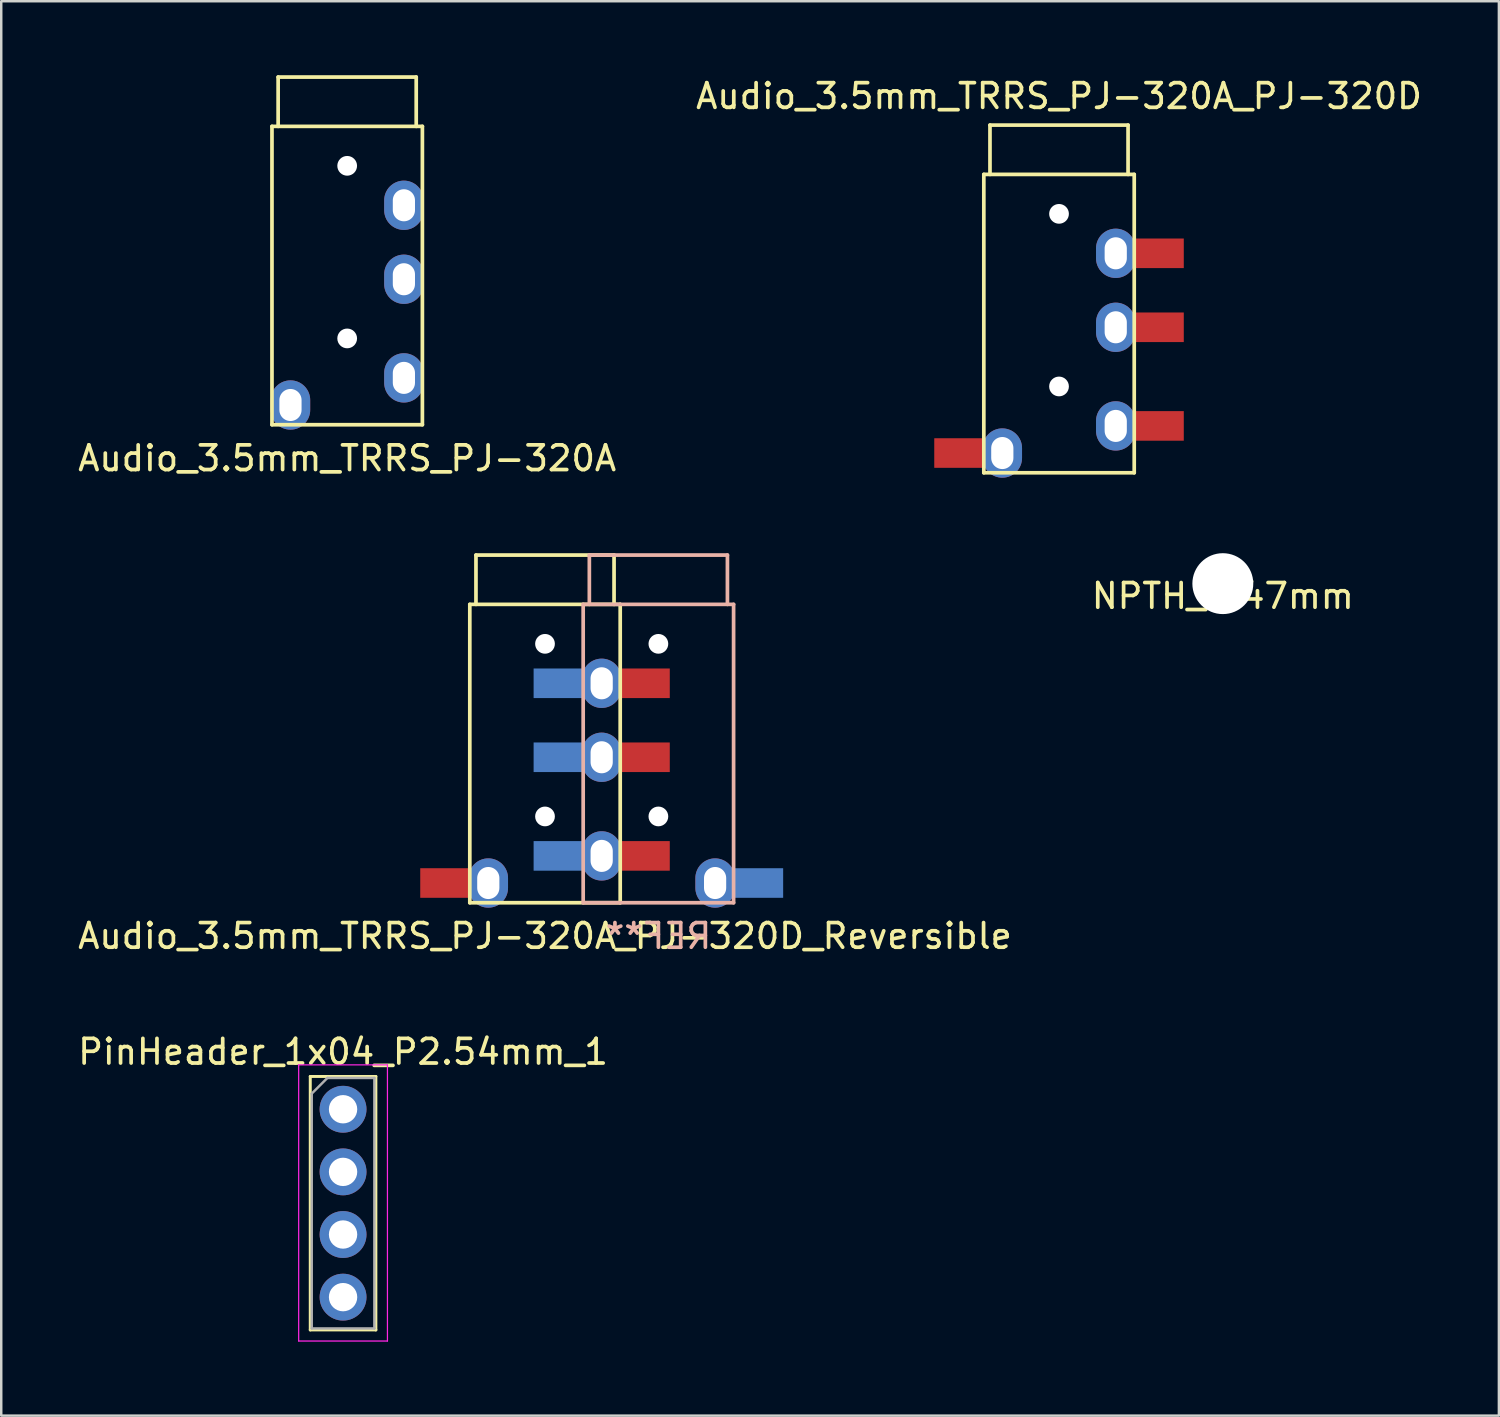
<source format=kicad_pcb>
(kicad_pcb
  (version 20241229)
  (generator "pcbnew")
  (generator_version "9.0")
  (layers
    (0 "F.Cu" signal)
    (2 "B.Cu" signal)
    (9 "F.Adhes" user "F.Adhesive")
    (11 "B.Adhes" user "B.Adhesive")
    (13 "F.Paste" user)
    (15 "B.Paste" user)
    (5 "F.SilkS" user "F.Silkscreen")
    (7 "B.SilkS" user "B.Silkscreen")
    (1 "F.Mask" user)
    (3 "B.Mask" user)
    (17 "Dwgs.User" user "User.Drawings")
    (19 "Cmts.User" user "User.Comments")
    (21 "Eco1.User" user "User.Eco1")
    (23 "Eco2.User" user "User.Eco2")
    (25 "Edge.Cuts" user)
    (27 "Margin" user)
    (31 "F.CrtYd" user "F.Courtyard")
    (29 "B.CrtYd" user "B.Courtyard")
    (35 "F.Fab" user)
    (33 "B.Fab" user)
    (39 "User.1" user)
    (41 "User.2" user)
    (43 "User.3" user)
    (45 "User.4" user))
  (footprint "PinHeader_1x04_P2.54mm_1"
    (layer "F.Cu")
    (at 10.863 41.936)
    (property "Reference" "PinHeader_1x04_P2.54mm_1" (at 0 -2.33 0) (layer "F.SilkS") (effects (font (size 1 1) (thickness 0.15))))
    (attr through_hole)
    (fp_line (start -1.33 -1.33) (end -1.33 8.95) (stroke (width 0.12) (type solid)) (layer "F.SilkS"))
    (fp_line (start -1.33 -1.33) (end 1.33 -1.33) (stroke (width 0.12) (type solid)) (layer "F.SilkS"))
    (fp_line (start -1.33 8.95) (end 1.33 8.95) (stroke (width 0.12) (type solid)) (layer "F.SilkS"))
    (fp_line (start 1.33 -1.33) (end 1.33 8.95) (stroke (width 0.12) (type solid)) (layer "F.SilkS"))
    (fp_line (start -1.8 -1.8) (end -1.8 9.4) (stroke (width 0.05) (type solid)) (layer "F.CrtYd"))
    (fp_line (start -1.8 9.4) (end 1.8 9.4) (stroke (width 0.05) (type solid)) (layer "F.CrtYd"))
    (fp_line (start 1.8 -1.8) (end -1.8 -1.8) (stroke (width 0.05) (type solid)) (layer "F.CrtYd"))
    (fp_line (start 1.8 9.4) (end 1.8 -1.8) (stroke (width 0.05) (type solid)) (layer "F.CrtYd"))
    (fp_line (start -1.27 -0.635) (end -0.635 -1.27) (stroke (width 0.1) (type solid)) (layer "F.Fab"))
    (fp_line (start -1.27 8.89) (end -1.27 -0.635) (stroke (width 0.1) (type solid)) (layer "F.Fab"))
    (fp_line (start -0.635 -1.27) (end 1.27 -1.27) (stroke (width 0.1) (type solid)) (layer "F.Fab"))
    (fp_line (start 1.27 -1.27) (end 1.27 8.89) (stroke (width 0.1) (type solid)) (layer "F.Fab"))
    (fp_line (start 1.27 8.89) (end -1.27 8.89) (stroke (width 0.1) (type solid)) (layer "F.Fab"))
    (pad "1" thru_hole circle (at 0 0) (size 1.9 1.9) (drill 1.15) (layers "*.Cu" "*.Mask"))
    (pad "2" thru_hole circle (at 0 2.54) (size 1.9 1.9) (drill 1.15) (layers "*.Cu" "*.Mask"))
    (pad "3" thru_hole circle (at 0 5.08) (size 1.9 1.9) (drill 1.15) (layers "*.Cu" "*.Mask"))
    (pad "4" thru_hole circle (at 0 7.62) (size 1.9 1.9) (drill 1.15) (layers "*.Cu" "*.Mask")))
  (footprint "Audio_3.5mm_TRRS_PJ-320A_PJ-320D_Reversible"
    (layer "F.Cu")
    (at 21.352 21.448)
    (property "Reference" "Audio_3.5mm_TRRS_PJ-320A_PJ-320D_Reversible" (at -2.299 13.462 0) (layer "F.SilkS") (effects (font (size 1 1) (thickness 0.15))))
    (attr through_hole)
    (fp_line (start -5.349 0.013) (end -5.349 12.113) (stroke (width 0.15) (type solid)) (layer "F.SilkS"))
    (fp_line (start -5.099 0.013) (end -5.099 -1.987) (stroke (width 0.15) (type solid)) (layer "F.SilkS"))
    (fp_line (start 0.501 -1.987) (end -5.099 -1.987) (stroke (width 0.15) (type solid)) (layer "F.SilkS"))
    (fp_line (start 0.501 0.013) (end 0.501 -1.987) (stroke (width 0.15) (type solid)) (layer "F.SilkS"))
    (fp_line (start 0.751 0.013) (end -5.349 0.013) (stroke (width 0.15) (type solid)) (layer "F.SilkS"))
    (fp_line (start 0.751 0.013) (end 0.751 12.113) (stroke (width 0.15) (type solid)) (layer "F.SilkS"))
    (fp_line (start 0.751 12.113) (end -5.349 12.113) (stroke (width 0.15) (type solid)) (layer "F.SilkS"))
    (fp_line (start -0.751 0.013) (end -0.751 12.113) (stroke (width 0.15) (type solid)) (layer "B.SilkS"))
    (fp_line (start -0.751 0.013) (end 5.349 0.013) (stroke (width 0.15) (type solid)) (layer "B.SilkS"))
    (fp_line (start -0.751 12.113) (end 5.349 12.113) (stroke (width 0.15) (type solid)) (layer "B.SilkS"))
    (fp_line (start -0.501 -1.987) (end 5.099 -1.987) (stroke (width 0.15) (type solid)) (layer "B.SilkS"))
    (fp_line (start -0.501 0.013) (end -0.501 -1.987) (stroke (width 0.15) (type solid)) (layer "B.SilkS"))
    (fp_line (start 5.099 0.013) (end 5.099 -1.987) (stroke (width 0.15) (type solid)) (layer "B.SilkS"))
    (fp_line (start 5.349 0.013) (end 5.349 12.113) (stroke (width 0.15) (type solid)) (layer "B.SilkS"))
    (fp_text user "REF**" (at 2.299 13.462 0) (layer "B.SilkS") (effects (font (size 1 1) (thickness 0.15)) (justify mirror)))
    (pad "" np_thru_hole circle (at -2.299 1.613) (size 0.8 0.8) (drill 0.8) (layers "*.Cu" "*.Mask"))
    (pad "" np_thru_hole circle (at -2.299 8.613) (size 0.8 0.8) (drill 0.8) (layers "*.Cu" "*.Mask"))
    (pad "" np_thru_hole circle (at 2.299 1.613 180) (size 0.8 0.8) (drill 0.8) (layers "*.Cu" "*.Mask"))
    (pad "" np_thru_hole circle (at 2.299 8.613 180) (size 0.8 0.8) (drill 0.8) (layers "*.Cu" "*.Mask"))
    (pad "R1" smd rect (at -1.511 6.213 180) (size 2.5 1.2) (layers "B.Cu" "B.Mask" "B.Paste"))
    (pad "R1" thru_hole oval (at -0.001 6.213 180) (size 1.6 2) (drill oval 0.9 1.3) (layers "*.Cu" "*.Mask"))
    (pad "R1" smd rect (at 1.511 6.213) (size 2.5 1.2) (layers "F.Cu" "F.Mask" "F.Paste"))
    (pad "R2" smd rect (at -1.511 3.213 180) (size 2.5 1.2) (layers "B.Cu" "B.Mask" "B.Paste"))
    (pad "R2" thru_hole oval (at -0.001 3.213 180) (size 1.6 2) (drill oval 0.9 1.3) (layers "*.Cu" "*.Mask"))
    (pad "R2" smd rect (at 1.511 3.213) (size 2.5 1.2) (layers "F.Cu" "F.Mask" "F.Paste"))
    (pad "S" smd rect (at -6.109 11.313) (size 2.5 1.2) (layers "F.Cu" "F.Mask" "F.Paste"))
    (pad "S" thru_hole oval (at -4.599 11.313) (size 1.6 2) (drill oval 0.9 1.3) (layers "*.Cu" "*.Mask"))
    (pad "S" thru_hole oval (at 4.599 11.313 180) (size 1.6 2) (drill oval 0.9 1.3) (layers "*.Cu" "*.Mask"))
    (pad "S" smd rect (at 6.109 11.313 180) (size 2.5 1.2) (layers "B.Cu" "B.Mask" "B.Paste"))
    (pad "T" smd rect (at -1.511 10.213 180) (size 2.5 1.2) (layers "B.Cu" "B.Mask" "B.Paste"))
    (pad "T" thru_hole oval (at -0.001 10.213 180) (size 1.6 2) (drill oval 0.9 1.3) (layers "*.Cu" "*.Mask"))
    (pad "T" smd rect (at 1.511 10.213) (size 2.5 1.2) (layers "F.Cu" "F.Mask" "F.Paste")))
  (footprint "Audio_3.5mm_TRRS_PJ-320A_PJ-320D"
    (layer "F.Cu")
    (at 39.899 4.023)
    (property "Reference" "Audio_3.5mm_TRRS_PJ-320A_PJ-320D" (at 0 -3.175 0) (layer "F.SilkS") (effects (font (size 1 1) (thickness 0.15))))
    (attr through_hole)
    (fp_line (start -3.05 0) (end -3.05 12.1) (stroke (width 0.15) (type solid)) (layer "F.SilkS"))
    (fp_line (start -2.8 0) (end -2.8 -2) (stroke (width 0.15) (type solid)) (layer "F.SilkS"))
    (fp_line (start 2.8 -2) (end -2.8 -2) (stroke (width 0.15) (type solid)) (layer "F.SilkS"))
    (fp_line (start 2.8 0) (end 2.8 -2) (stroke (width 0.15) (type solid)) (layer "F.SilkS"))
    (fp_line (start 3.05 0) (end -3.05 0) (stroke (width 0.15) (type solid)) (layer "F.SilkS"))
    (fp_line (start 3.05 0) (end 3.05 12.1) (stroke (width 0.15) (type solid)) (layer "F.SilkS"))
    (fp_line (start 3.05 12.1) (end -3.05 12.1) (stroke (width 0.15) (type solid)) (layer "F.SilkS"))
    (pad "" np_thru_hole circle (at 0 1.6) (size 0.8 0.8) (drill 0.8) (layers "*.Cu" "*.Mask"))
    (pad "" np_thru_hole circle (at 0 8.6) (size 0.8 0.8) (drill 0.8) (layers "*.Cu" "*.Mask"))
    (pad "R1" thru_hole oval (at 2.3 6.2) (size 1.6 2) (drill oval 0.9 1.3) (layers "*.Cu" "*.Mask"))
    (pad "R1" smd rect (at 3.81 6.2) (size 2.5 1.2) (layers "F.Cu" "F.Mask" "F.Paste"))
    (pad "R2" thru_hole oval (at 2.3 3.2) (size 1.6 2) (drill oval 0.9 1.3) (layers "*.Cu" "*.Mask"))
    (pad "R2" smd rect (at 3.81 3.2) (size 2.5 1.2) (layers "F.Cu" "F.Mask" "F.Paste"))
    (pad "S" smd rect (at -3.81 11.3) (size 2.5 1.2) (layers "F.Cu" "F.Mask" "F.Paste"))
    (pad "S" thru_hole oval (at -2.3 11.3) (size 1.6 2) (drill oval 0.9 1.3) (layers "*.Cu" "*.Mask"))
    (pad "T" thru_hole oval (at 2.3 10.2) (size 1.6 2) (drill oval 0.9 1.3) (layers "*.Cu" "*.Mask"))
    (pad "T" smd rect (at 3.81 10.2) (size 2.5 1.2) (layers "F.Cu" "F.Mask" "F.Paste")))
  (footprint "Audio_3.5mm_TRRS_PJ-320A"
    (layer "F.Cu")
    (at 11.03 2.075)
    (property "Reference" "Audio_3.5mm_TRRS_PJ-320A" (at 0 13.462 0) (layer "F.SilkS") (effects (font (size 1 1) (thickness 0.15))))
    (attr through_hole)
    (fp_line (start -3.05 0) (end -3.05 12.1) (stroke (width 0.15) (type solid)) (layer "F.SilkS"))
    (fp_line (start -2.8 0) (end -2.8 -2) (stroke (width 0.15) (type solid)) (layer "F.SilkS"))
    (fp_line (start 2.8 -2) (end -2.8 -2) (stroke (width 0.15) (type solid)) (layer "F.SilkS"))
    (fp_line (start 2.8 0) (end 2.8 -2) (stroke (width 0.15) (type solid)) (layer "F.SilkS"))
    (fp_line (start 3.05 0) (end -3.05 0) (stroke (width 0.15) (type solid)) (layer "F.SilkS"))
    (fp_line (start 3.05 0) (end 3.05 12.1) (stroke (width 0.15) (type solid)) (layer "F.SilkS"))
    (fp_line (start 3.05 12.1) (end -3.05 12.1) (stroke (width 0.15) (type solid)) (layer "F.SilkS"))
    (pad "" np_thru_hole circle (at 0 1.6) (size 0.8 0.8) (drill 0.8) (layers "*.Cu" "*.Mask"))
    (pad "" np_thru_hole circle (at 0 8.6) (size 0.8 0.8) (drill 0.8) (layers "*.Cu" "*.Mask"))
    (pad "R1" thru_hole oval (at 2.3 6.2) (size 1.6 2) (drill oval 0.9 1.3) (layers "*.Cu" "B.Mask"))
    (pad "R2" thru_hole oval (at 2.3 3.2) (size 1.6 2) (drill oval 0.9 1.3) (layers "*.Cu" "B.Mask"))
    (pad "S" thru_hole oval (at -2.3 11.3) (size 1.6 2) (drill oval 0.9 1.3) (layers "*.Cu" "B.Mask"))
    (pad "T" thru_hole oval (at 2.3 10.2) (size 1.6 2) (drill oval 0.9 1.3) (layers "*.Cu" "B.Mask")))
  (footprint "NPTH_2.47mm"
    (layer "F.Cu")
    (at 46.542 20.62)
    (property "Reference" "NPTH_2.47mm" (at 0 0.5 0) (layer "F.SilkS") (effects (font (size 1 1) (thickness 0.15))))
    (attr through_hole)
    (pad "" np_thru_hole circle (at 0 0) (size 2.47 2.47) (drill 2.47) (layers "*.Cu" "*.Mask")))
  (gr_rect
    (start -3 -3)
    (end 57.738 54.361)
    (stroke (width 0.1) (type default))
    (fill no)
    (layer "Edge.Cuts")))
</source>
